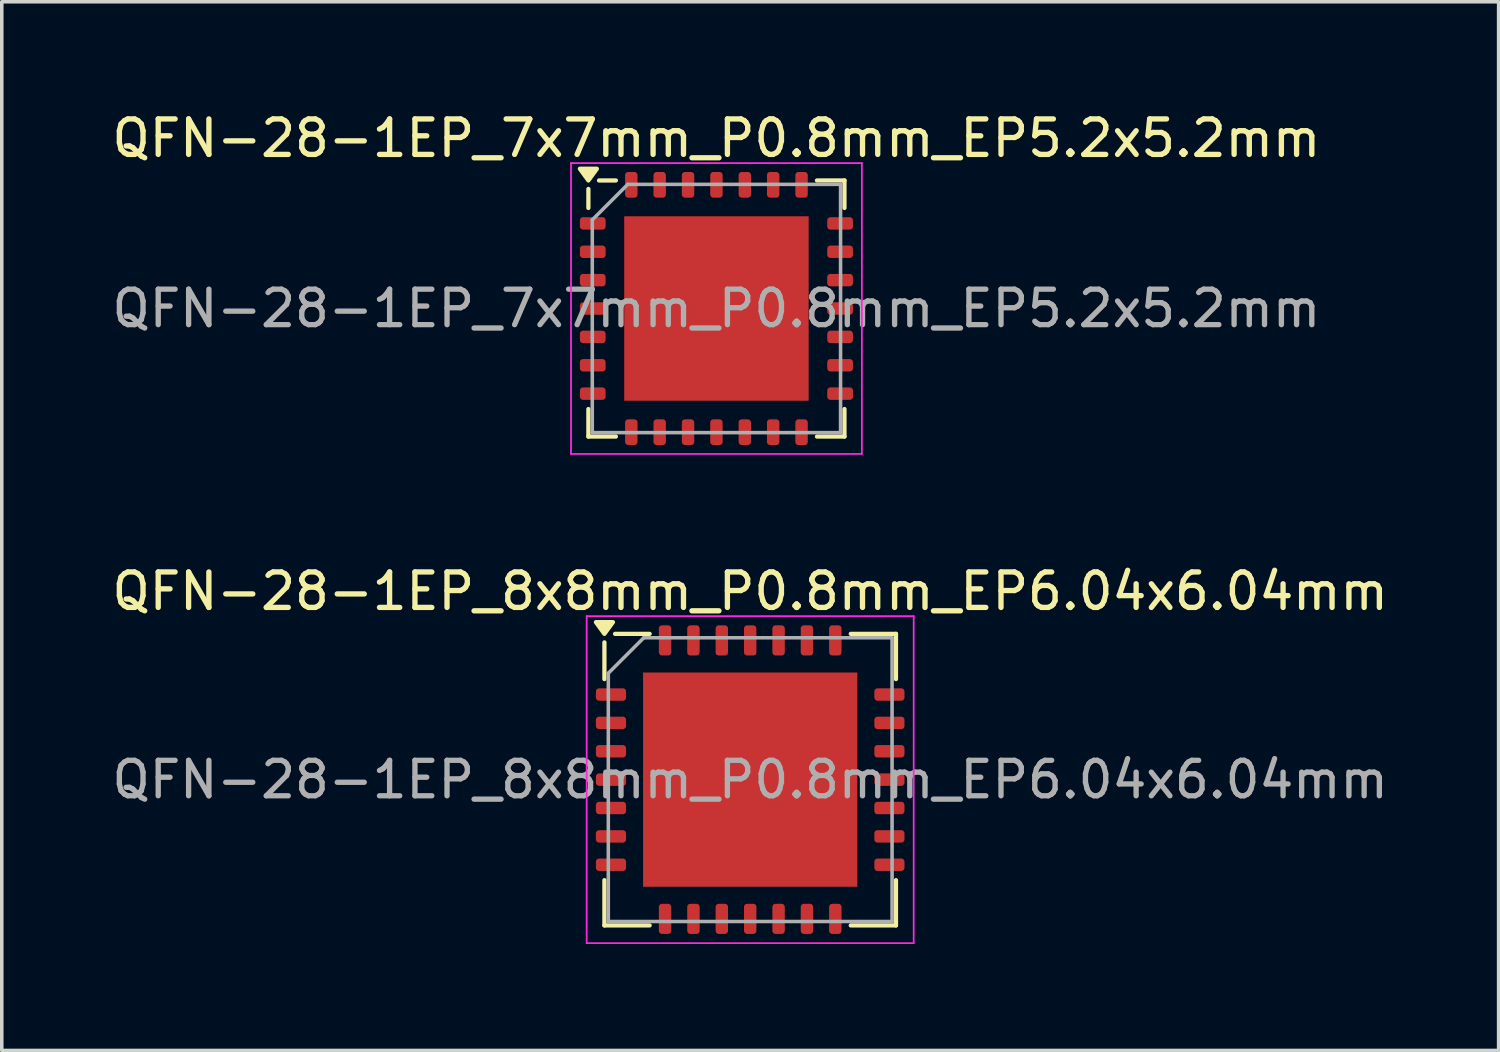
<source format=kicad_pcb>
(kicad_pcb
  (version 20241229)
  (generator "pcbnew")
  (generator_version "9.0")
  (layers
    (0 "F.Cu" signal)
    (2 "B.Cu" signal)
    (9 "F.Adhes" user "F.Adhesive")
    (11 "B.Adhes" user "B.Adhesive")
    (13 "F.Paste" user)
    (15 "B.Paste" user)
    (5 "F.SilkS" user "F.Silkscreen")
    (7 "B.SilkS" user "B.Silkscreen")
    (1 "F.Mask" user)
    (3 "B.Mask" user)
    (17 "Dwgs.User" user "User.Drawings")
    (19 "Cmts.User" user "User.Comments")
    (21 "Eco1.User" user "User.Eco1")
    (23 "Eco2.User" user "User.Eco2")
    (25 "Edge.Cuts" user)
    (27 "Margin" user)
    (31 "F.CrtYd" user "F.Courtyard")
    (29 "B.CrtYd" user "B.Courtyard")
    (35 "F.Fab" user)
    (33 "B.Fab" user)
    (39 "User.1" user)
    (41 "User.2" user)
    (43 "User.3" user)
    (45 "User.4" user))
  (footprint "QFN-28-1EP_7x7mm_P0.8mm_EP5.2x5.2mm"
    (layer "F.Cu")
    (at 17.149 5.648)
    (property "Reference" "QFN-28-1EP_7x7mm_P0.8mm_EP5.2x5.2mm" (at 0 -4.8 0) (layer "F.SilkS") (effects (font (size 1 1) (thickness 0.15))))
    (attr smd)
    (fp_line (start -3.61 -2.835) (end -3.61 -3.37) (stroke (width 0.12) (type solid)) (layer "F.SilkS"))
    (fp_line (start -3.61 3.61) (end -3.61 2.835) (stroke (width 0.12) (type solid)) (layer "F.SilkS"))
    (fp_line (start -2.835 -3.61) (end -3.31 -3.61) (stroke (width 0.12) (type solid)) (layer "F.SilkS"))
    (fp_line (start -2.835 3.61) (end -3.61 3.61) (stroke (width 0.12) (type solid)) (layer "F.SilkS"))
    (fp_line (start 2.835 -3.61) (end 3.61 -3.61) (stroke (width 0.12) (type solid)) (layer "F.SilkS"))
    (fp_line (start 2.835 3.61) (end 3.61 3.61) (stroke (width 0.12) (type solid)) (layer "F.SilkS"))
    (fp_line (start 3.61 -3.61) (end 3.61 -2.835) (stroke (width 0.12) (type solid)) (layer "F.SilkS"))
    (fp_line (start 3.61 3.61) (end 3.61 2.835) (stroke (width 0.12) (type solid)) (layer "F.SilkS"))
    (fp_poly (pts (xy -3.61 -3.61) (xy -3.85 -3.94) (xy -3.37 -3.94) (xy -3.61 -3.61)) (stroke (width 0.12) (type solid)) (fill yes) (layer "F.SilkS"))
    (fp_line (start -4.1 -4.1) (end -4.1 4.1) (stroke (width 0.05) (type solid)) (layer "F.CrtYd"))
    (fp_line (start -4.1 4.1) (end 4.1 4.1) (stroke (width 0.05) (type solid)) (layer "F.CrtYd"))
    (fp_line (start 4.1 -4.1) (end -4.1 -4.1) (stroke (width 0.05) (type solid)) (layer "F.CrtYd"))
    (fp_line (start 4.1 4.1) (end 4.1 -4.1) (stroke (width 0.05) (type solid)) (layer "F.CrtYd"))
    (fp_line (start -3.5 -2.5) (end -2.5 -3.5) (stroke (width 0.1) (type solid)) (layer "F.Fab"))
    (fp_line (start -3.5 3.5) (end -3.5 -2.5) (stroke (width 0.1) (type solid)) (layer "F.Fab"))
    (fp_line (start -2.5 -3.5) (end 3.5 -3.5) (stroke (width 0.1) (type solid)) (layer "F.Fab"))
    (fp_line (start 3.5 -3.5) (end 3.5 3.5) (stroke (width 0.1) (type solid)) (layer "F.Fab"))
    (fp_line (start 3.5 3.5) (end -3.5 3.5) (stroke (width 0.1) (type solid)) (layer "F.Fab"))
    (fp_text user "${REFERENCE}" (at 0 0 0) (layer "F.Fab") (effects (font (size 1 1) (thickness 0.15))))
    (pad "" smd roundrect (at -1.3 -1.3) (size 2.1 2.1) (layers "F.Paste") (roundrect_rratio 0.119))
    (pad "" smd roundrect (at -1.3 1.3) (size 2.1 2.1) (layers "F.Paste") (roundrect_rratio 0.119))
    (pad "" smd roundrect (at 1.3 -1.3) (size 2.1 2.1) (layers "F.Paste") (roundrect_rratio 0.119))
    (pad "" smd roundrect (at 1.3 1.3) (size 2.1 2.1) (layers "F.Paste") (roundrect_rratio 0.119))
    (pad "1" smd roundrect (at -3.487 -2.4) (size 0.725 0.35) (layers "F.Cu" "F.Mask" "F.Paste") (roundrect_rratio 0.25))
    (pad "2" smd roundrect (at -3.487 -1.6) (size 0.725 0.35) (layers "F.Cu" "F.Mask" "F.Paste") (roundrect_rratio 0.25))
    (pad "3" smd roundrect (at -3.487 -0.8) (size 0.725 0.35) (layers "F.Cu" "F.Mask" "F.Paste") (roundrect_rratio 0.25))
    (pad "4" smd roundrect (at -3.487 0) (size 0.725 0.35) (layers "F.Cu" "F.Mask" "F.Paste") (roundrect_rratio 0.25))
    (pad "5" smd roundrect (at -3.487 0.8) (size 0.725 0.35) (layers "F.Cu" "F.Mask" "F.Paste") (roundrect_rratio 0.25))
    (pad "6" smd roundrect (at -3.487 1.6) (size 0.725 0.35) (layers "F.Cu" "F.Mask" "F.Paste") (roundrect_rratio 0.25))
    (pad "7" smd roundrect (at -3.487 2.4) (size 0.725 0.35) (layers "F.Cu" "F.Mask" "F.Paste") (roundrect_rratio 0.25))
    (pad "8" smd roundrect (at -2.4 3.487) (size 0.35 0.725) (layers "F.Cu" "F.Mask" "F.Paste") (roundrect_rratio 0.25))
    (pad "9" smd roundrect (at -1.6 3.487) (size 0.35 0.725) (layers "F.Cu" "F.Mask" "F.Paste") (roundrect_rratio 0.25))
    (pad "10" smd roundrect (at -0.8 3.487) (size 0.35 0.725) (layers "F.Cu" "F.Mask" "F.Paste") (roundrect_rratio 0.25))
    (pad "11" smd roundrect (at 0 3.487) (size 0.35 0.725) (layers "F.Cu" "F.Mask" "F.Paste") (roundrect_rratio 0.25))
    (pad "12" smd roundrect (at 0.8 3.487) (size 0.35 0.725) (layers "F.Cu" "F.Mask" "F.Paste") (roundrect_rratio 0.25))
    (pad "13" smd roundrect (at 1.6 3.487) (size 0.35 0.725) (layers "F.Cu" "F.Mask" "F.Paste") (roundrect_rratio 0.25))
    (pad "14" smd roundrect (at 2.4 3.487) (size 0.35 0.725) (layers "F.Cu" "F.Mask" "F.Paste") (roundrect_rratio 0.25))
    (pad "15" smd roundrect (at 3.487 2.4) (size 0.725 0.35) (layers "F.Cu" "F.Mask" "F.Paste") (roundrect_rratio 0.25))
    (pad "16" smd roundrect (at 3.487 1.6) (size 0.725 0.35) (layers "F.Cu" "F.Mask" "F.Paste") (roundrect_rratio 0.25))
    (pad "17" smd roundrect (at 3.487 0.8) (size 0.725 0.35) (layers "F.Cu" "F.Mask" "F.Paste") (roundrect_rratio 0.25))
    (pad "18" smd roundrect (at 3.487 0) (size 0.725 0.35) (layers "F.Cu" "F.Mask" "F.Paste") (roundrect_rratio 0.25))
    (pad "19" smd roundrect (at 3.487 -0.8) (size 0.725 0.35) (layers "F.Cu" "F.Mask" "F.Paste") (roundrect_rratio 0.25))
    (pad "20" smd roundrect (at 3.487 -1.6) (size 0.725 0.35) (layers "F.Cu" "F.Mask" "F.Paste") (roundrect_rratio 0.25))
    (pad "21" smd roundrect (at 3.487 -2.4) (size 0.725 0.35) (layers "F.Cu" "F.Mask" "F.Paste") (roundrect_rratio 0.25))
    (pad "22" smd roundrect (at 2.4 -3.487) (size 0.35 0.725) (layers "F.Cu" "F.Mask" "F.Paste") (roundrect_rratio 0.25))
    (pad "23" smd roundrect (at 1.6 -3.487) (size 0.35 0.725) (layers "F.Cu" "F.Mask" "F.Paste") (roundrect_rratio 0.25))
    (pad "24" smd roundrect (at 0.8 -3.487) (size 0.35 0.725) (layers "F.Cu" "F.Mask" "F.Paste") (roundrect_rratio 0.25))
    (pad "25" smd roundrect (at 0 -3.487) (size 0.35 0.725) (layers "F.Cu" "F.Mask" "F.Paste") (roundrect_rratio 0.25))
    (pad "26" smd roundrect (at -0.8 -3.487) (size 0.35 0.725) (layers "F.Cu" "F.Mask" "F.Paste") (roundrect_rratio 0.25))
    (pad "27" smd roundrect (at -1.6 -3.487) (size 0.35 0.725) (layers "F.Cu" "F.Mask" "F.Paste") (roundrect_rratio 0.25))
    (pad "28" smd roundrect (at -2.4 -3.487) (size 0.35 0.725) (layers "F.Cu" "F.Mask" "F.Paste") (roundrect_rratio 0.25))
    (pad "29" smd rect (at 0 0) (size 5.2 5.2) (property pad_prop_heatsink) (layers "F.Cu" "F.Mask")))
  (footprint "QFN-28-1EP_8x8mm_P0.8mm_EP6.04x6.04mm"
    (layer "F.Cu")
    (at 18.101 18.931)
    (property "Reference" "QFN-28-1EP_8x8mm_P0.8mm_EP6.04x6.04mm" (at 0 -5.31 0) (layer "F.SilkS") (effects (font (size 1 1) (thickness 0.15))))
    (attr smd)
    (fp_line (start -4.11 -2.835) (end -4.11 -3.87) (stroke (width 0.12) (type solid)) (layer "F.SilkS"))
    (fp_line (start -4.11 4.11) (end -4.11 2.835) (stroke (width 0.12) (type solid)) (layer "F.SilkS"))
    (fp_line (start -2.835 -4.11) (end -3.81 -4.11) (stroke (width 0.12) (type solid)) (layer "F.SilkS"))
    (fp_line (start -2.835 4.11) (end -4.11 4.11) (stroke (width 0.12) (type solid)) (layer "F.SilkS"))
    (fp_line (start 2.835 -4.11) (end 4.11 -4.11) (stroke (width 0.12) (type solid)) (layer "F.SilkS"))
    (fp_line (start 2.835 4.11) (end 4.11 4.11) (stroke (width 0.12) (type solid)) (layer "F.SilkS"))
    (fp_line (start 4.11 -4.11) (end 4.11 -2.835) (stroke (width 0.12) (type solid)) (layer "F.SilkS"))
    (fp_line (start 4.11 4.11) (end 4.11 2.835) (stroke (width 0.12) (type solid)) (layer "F.SilkS"))
    (fp_poly (pts (xy -4.11 -4.11) (xy -4.35 -4.44) (xy -3.87 -4.44) (xy -4.11 -4.11)) (stroke (width 0.12) (type solid)) (fill yes) (layer "F.SilkS"))
    (fp_line (start -4.61 -4.61) (end -4.61 4.61) (stroke (width 0.05) (type solid)) (layer "F.CrtYd"))
    (fp_line (start -4.61 4.61) (end 4.61 4.61) (stroke (width 0.05) (type solid)) (layer "F.CrtYd"))
    (fp_line (start 4.61 -4.61) (end -4.61 -4.61) (stroke (width 0.05) (type solid)) (layer "F.CrtYd"))
    (fp_line (start 4.61 4.61) (end 4.61 -4.61) (stroke (width 0.05) (type solid)) (layer "F.CrtYd"))
    (fp_line (start -4 -3) (end -3 -4) (stroke (width 0.1) (type solid)) (layer "F.Fab"))
    (fp_line (start -4 4) (end -4 -3) (stroke (width 0.1) (type solid)) (layer "F.Fab"))
    (fp_line (start -3 -4) (end 4 -4) (stroke (width 0.1) (type solid)) (layer "F.Fab"))
    (fp_line (start 4 -4) (end 4 4) (stroke (width 0.1) (type solid)) (layer "F.Fab"))
    (fp_line (start 4 4) (end -4 4) (stroke (width 0.1) (type solid)) (layer "F.Fab"))
    (fp_text user "${REFERENCE}" (at 0 0 0) (layer "F.Fab") (effects (font (size 1 1) (thickness 0.15))))
    (pad "" smd roundrect (at -1.51 -1.51) (size 2.43 2.43) (layers "F.Paste") (roundrect_rratio 0.103))
    (pad "" smd roundrect (at -1.51 1.51) (size 2.43 2.43) (layers "F.Paste") (roundrect_rratio 0.103))
    (pad "" smd roundrect (at 1.51 -1.51) (size 2.43 2.43) (layers "F.Paste") (roundrect_rratio 0.103))
    (pad "" smd roundrect (at 1.51 1.51) (size 2.43 2.43) (layers "F.Paste") (roundrect_rratio 0.103))
    (pad "1" smd roundrect (at -3.925 -2.4) (size 0.85 0.35) (layers "F.Cu" "F.Mask" "F.Paste") (roundrect_rratio 0.25))
    (pad "2" smd roundrect (at -3.925 -1.6) (size 0.85 0.35) (layers "F.Cu" "F.Mask" "F.Paste") (roundrect_rratio 0.25))
    (pad "3" smd roundrect (at -3.925 -0.8) (size 0.85 0.35) (layers "F.Cu" "F.Mask" "F.Paste") (roundrect_rratio 0.25))
    (pad "4" smd roundrect (at -3.925 0) (size 0.85 0.35) (layers "F.Cu" "F.Mask" "F.Paste") (roundrect_rratio 0.25))
    (pad "5" smd roundrect (at -3.925 0.8) (size 0.85 0.35) (layers "F.Cu" "F.Mask" "F.Paste") (roundrect_rratio 0.25))
    (pad "6" smd roundrect (at -3.925 1.6) (size 0.85 0.35) (layers "F.Cu" "F.Mask" "F.Paste") (roundrect_rratio 0.25))
    (pad "7" smd roundrect (at -3.925 2.4) (size 0.85 0.35) (layers "F.Cu" "F.Mask" "F.Paste") (roundrect_rratio 0.25))
    (pad "8" smd roundrect (at -2.4 3.925) (size 0.35 0.85) (layers "F.Cu" "F.Mask" "F.Paste") (roundrect_rratio 0.25))
    (pad "9" smd roundrect (at -1.6 3.925) (size 0.35 0.85) (layers "F.Cu" "F.Mask" "F.Paste") (roundrect_rratio 0.25))
    (pad "10" smd roundrect (at -0.8 3.925) (size 0.35 0.85) (layers "F.Cu" "F.Mask" "F.Paste") (roundrect_rratio 0.25))
    (pad "11" smd roundrect (at 0 3.925) (size 0.35 0.85) (layers "F.Cu" "F.Mask" "F.Paste") (roundrect_rratio 0.25))
    (pad "12" smd roundrect (at 0.8 3.925) (size 0.35 0.85) (layers "F.Cu" "F.Mask" "F.Paste") (roundrect_rratio 0.25))
    (pad "13" smd roundrect (at 1.6 3.925) (size 0.35 0.85) (layers "F.Cu" "F.Mask" "F.Paste") (roundrect_rratio 0.25))
    (pad "14" smd roundrect (at 2.4 3.925) (size 0.35 0.85) (layers "F.Cu" "F.Mask" "F.Paste") (roundrect_rratio 0.25))
    (pad "15" smd roundrect (at 3.925 2.4) (size 0.85 0.35) (layers "F.Cu" "F.Mask" "F.Paste") (roundrect_rratio 0.25))
    (pad "16" smd roundrect (at 3.925 1.6) (size 0.85 0.35) (layers "F.Cu" "F.Mask" "F.Paste") (roundrect_rratio 0.25))
    (pad "17" smd roundrect (at 3.925 0.8) (size 0.85 0.35) (layers "F.Cu" "F.Mask" "F.Paste") (roundrect_rratio 0.25))
    (pad "18" smd roundrect (at 3.925 0) (size 0.85 0.35) (layers "F.Cu" "F.Mask" "F.Paste") (roundrect_rratio 0.25))
    (pad "19" smd roundrect (at 3.925 -0.8) (size 0.85 0.35) (layers "F.Cu" "F.Mask" "F.Paste") (roundrect_rratio 0.25))
    (pad "20" smd roundrect (at 3.925 -1.6) (size 0.85 0.35) (layers "F.Cu" "F.Mask" "F.Paste") (roundrect_rratio 0.25))
    (pad "21" smd roundrect (at 3.925 -2.4) (size 0.85 0.35) (layers "F.Cu" "F.Mask" "F.Paste") (roundrect_rratio 0.25))
    (pad "22" smd roundrect (at 2.4 -3.925) (size 0.35 0.85) (layers "F.Cu" "F.Mask" "F.Paste") (roundrect_rratio 0.25))
    (pad "23" smd roundrect (at 1.6 -3.925) (size 0.35 0.85) (layers "F.Cu" "F.Mask" "F.Paste") (roundrect_rratio 0.25))
    (pad "24" smd roundrect (at 0.8 -3.925) (size 0.35 0.85) (layers "F.Cu" "F.Mask" "F.Paste") (roundrect_rratio 0.25))
    (pad "25" smd roundrect (at 0 -3.925) (size 0.35 0.85) (layers "F.Cu" "F.Mask" "F.Paste") (roundrect_rratio 0.25))
    (pad "26" smd roundrect (at -0.8 -3.925) (size 0.35 0.85) (layers "F.Cu" "F.Mask" "F.Paste") (roundrect_rratio 0.25))
    (pad "27" smd roundrect (at -1.6 -3.925) (size 0.35 0.85) (layers "F.Cu" "F.Mask" "F.Paste") (roundrect_rratio 0.25))
    (pad "28" smd roundrect (at -2.4 -3.925) (size 0.35 0.85) (layers "F.Cu" "F.Mask" "F.Paste") (roundrect_rratio 0.25))
    (pad "29" smd rect (at 0 0) (size 6.04 6.04) (property pad_prop_heatsink) (layers "F.Cu" "F.Mask")))
  (gr_rect
    (start -3 -3)
    (end 39.202 26.567)
    (stroke (width 0.1) (type default))
    (fill no)
    (layer "Edge.Cuts")))
</source>
